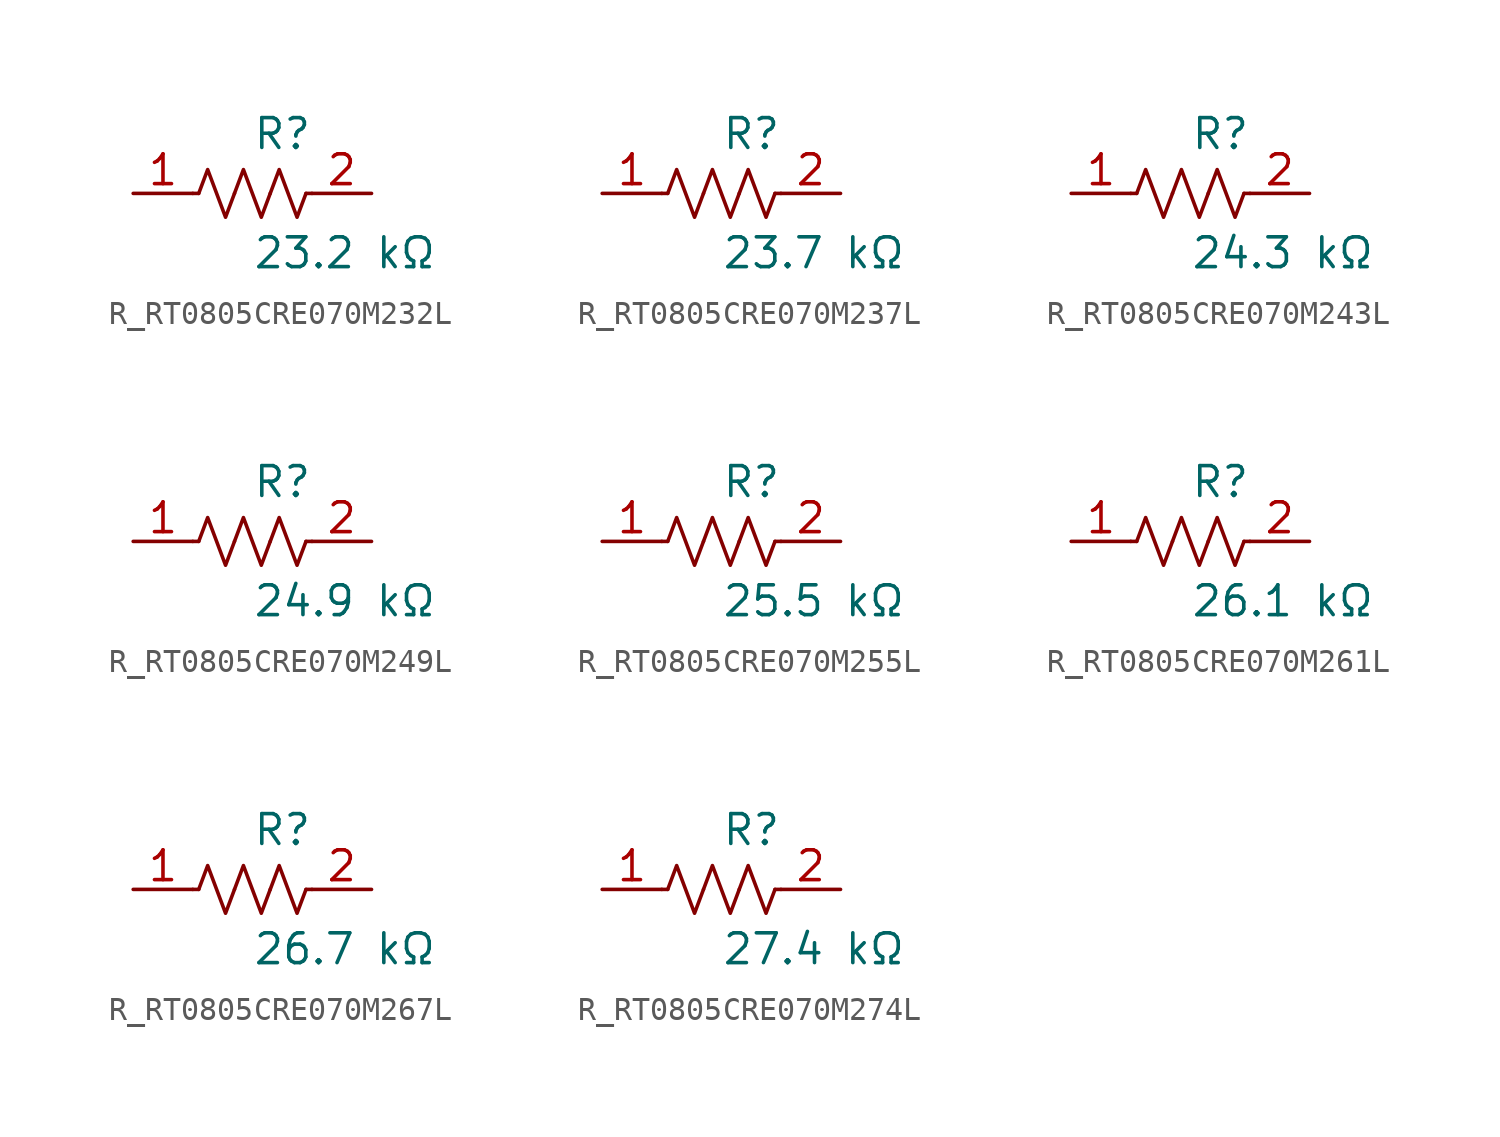
<source format=kicad_sym>
(kicad_symbol_lib
  (version 20231120)
  (generator kicad_symbol_editor)
  (generator_version 8.0)
  (symbol "R_RT0805CRE070M232L"
    (pin_names
      (offset 0.254))
    (property "Reference" "R"
      (at 0.0 2.54 0)
      (effects (font (size 1.27 1.27)) (justify left)))
    (property "Value" "23.2 kΩ"
      (at 0.0 -2.54 0)
      (effects (font (size 1.27 1.27)) (justify left)))
    (symbol "R_RT0805CRE070M232L_0_1"
      (polyline (pts (xy 2.286 0) (xy 2.54 0)) (stroke (width 0) (type default)) (fill (type none)))
      (polyline (pts (xy -2.286 0) (xy -2.54 0)) (stroke (width 0) (type default)) (fill (type none)))
      (polyline (pts (xy 0.762 0) (xy 1.143 1.016) (xy 1.524 0) (xy 1.905 -1.016) (xy 2.286 0)) (stroke (width 0) (type default)) (fill (type none)))
      (polyline (pts (xy -0.762 0) (xy -0.381 1.016) (xy 0 0) (xy 0.381 -1.016) (xy 0.762 0)) (stroke (width 0) (type default)) (fill (type none)))
      (polyline (pts (xy -2.286 0) (xy -1.905 1.016) (xy -1.524 0) (xy -1.143 -1.016) (xy -0.762 0)) (stroke (width 0) (type default)) (fill (type none))))
    (pin unspecified line
      (at -5.08 0 0)
      (length 2.54)
      (name "" (effects (font (size 1.27 1.27))))
      (number "1" (effects (font (size 1.27 1.27)))))
    (pin unspecified line
      (at 5.08 0 180)
      (length 2.54)
      (name "" (effects (font (size 1.27 1.27))))
      (number "2" (effects (font (size 1.27 1.27))))))
  (symbol "R_RT0805CRE070M237L"
    (pin_names
      (offset 0.254))
    (property "Reference" "R"
      (at 0.0 2.54 0)
      (effects (font (size 1.27 1.27)) (justify left)))
    (property "Value" "23.7 kΩ"
      (at 0.0 -2.54 0)
      (effects (font (size 1.27 1.27)) (justify left)))
    (symbol "R_RT0805CRE070M237L_0_1"
      (polyline (pts (xy 2.286 0) (xy 2.54 0)) (stroke (width 0) (type default)) (fill (type none)))
      (polyline (pts (xy -2.286 0) (xy -2.54 0)) (stroke (width 0) (type default)) (fill (type none)))
      (polyline (pts (xy 0.762 0) (xy 1.143 1.016) (xy 1.524 0) (xy 1.905 -1.016) (xy 2.286 0)) (stroke (width 0) (type default)) (fill (type none)))
      (polyline (pts (xy -0.762 0) (xy -0.381 1.016) (xy 0 0) (xy 0.381 -1.016) (xy 0.762 0)) (stroke (width 0) (type default)) (fill (type none)))
      (polyline (pts (xy -2.286 0) (xy -1.905 1.016) (xy -1.524 0) (xy -1.143 -1.016) (xy -0.762 0)) (stroke (width 0) (type default)) (fill (type none))))
    (pin unspecified line
      (at -5.08 0 0)
      (length 2.54)
      (name "" (effects (font (size 1.27 1.27))))
      (number "1" (effects (font (size 1.27 1.27)))))
    (pin unspecified line
      (at 5.08 0 180)
      (length 2.54)
      (name "" (effects (font (size 1.27 1.27))))
      (number "2" (effects (font (size 1.27 1.27))))))
  (symbol "R_RT0805CRE070M243L"
    (pin_names
      (offset 0.254))
    (property "Reference" "R"
      (at 0.0 2.54 0)
      (effects (font (size 1.27 1.27)) (justify left)))
    (property "Value" "24.3 kΩ"
      (at 0.0 -2.54 0)
      (effects (font (size 1.27 1.27)) (justify left)))
    (symbol "R_RT0805CRE070M243L_0_1"
      (polyline (pts (xy 2.286 0) (xy 2.54 0)) (stroke (width 0) (type default)) (fill (type none)))
      (polyline (pts (xy -2.286 0) (xy -2.54 0)) (stroke (width 0) (type default)) (fill (type none)))
      (polyline (pts (xy 0.762 0) (xy 1.143 1.016) (xy 1.524 0) (xy 1.905 -1.016) (xy 2.286 0)) (stroke (width 0) (type default)) (fill (type none)))
      (polyline (pts (xy -0.762 0) (xy -0.381 1.016) (xy 0 0) (xy 0.381 -1.016) (xy 0.762 0)) (stroke (width 0) (type default)) (fill (type none)))
      (polyline (pts (xy -2.286 0) (xy -1.905 1.016) (xy -1.524 0) (xy -1.143 -1.016) (xy -0.762 0)) (stroke (width 0) (type default)) (fill (type none))))
    (pin unspecified line
      (at -5.08 0 0)
      (length 2.54)
      (name "" (effects (font (size 1.27 1.27))))
      (number "1" (effects (font (size 1.27 1.27)))))
    (pin unspecified line
      (at 5.08 0 180)
      (length 2.54)
      (name "" (effects (font (size 1.27 1.27))))
      (number "2" (effects (font (size 1.27 1.27))))))
  (symbol "R_RT0805CRE070M249L"
    (pin_names
      (offset 0.254))
    (property "Reference" "R"
      (at 0.0 2.54 0)
      (effects (font (size 1.27 1.27)) (justify left)))
    (property "Value" "24.9 kΩ"
      (at 0.0 -2.54 0)
      (effects (font (size 1.27 1.27)) (justify left)))
    (symbol "R_RT0805CRE070M249L_0_1"
      (polyline (pts (xy 2.286 0) (xy 2.54 0)) (stroke (width 0) (type default)) (fill (type none)))
      (polyline (pts (xy -2.286 0) (xy -2.54 0)) (stroke (width 0) (type default)) (fill (type none)))
      (polyline (pts (xy 0.762 0) (xy 1.143 1.016) (xy 1.524 0) (xy 1.905 -1.016) (xy 2.286 0)) (stroke (width 0) (type default)) (fill (type none)))
      (polyline (pts (xy -0.762 0) (xy -0.381 1.016) (xy 0 0) (xy 0.381 -1.016) (xy 0.762 0)) (stroke (width 0) (type default)) (fill (type none)))
      (polyline (pts (xy -2.286 0) (xy -1.905 1.016) (xy -1.524 0) (xy -1.143 -1.016) (xy -0.762 0)) (stroke (width 0) (type default)) (fill (type none))))
    (pin unspecified line
      (at -5.08 0 0)
      (length 2.54)
      (name "" (effects (font (size 1.27 1.27))))
      (number "1" (effects (font (size 1.27 1.27)))))
    (pin unspecified line
      (at 5.08 0 180)
      (length 2.54)
      (name "" (effects (font (size 1.27 1.27))))
      (number "2" (effects (font (size 1.27 1.27))))))
  (symbol "R_RT0805CRE070M255L"
    (pin_names
      (offset 0.254))
    (property "Reference" "R"
      (at 0.0 2.54 0)
      (effects (font (size 1.27 1.27)) (justify left)))
    (property "Value" "25.5 kΩ"
      (at 0.0 -2.54 0)
      (effects (font (size 1.27 1.27)) (justify left)))
    (symbol "R_RT0805CRE070M255L_0_1"
      (polyline (pts (xy 2.286 0) (xy 2.54 0)) (stroke (width 0) (type default)) (fill (type none)))
      (polyline (pts (xy -2.286 0) (xy -2.54 0)) (stroke (width 0) (type default)) (fill (type none)))
      (polyline (pts (xy 0.762 0) (xy 1.143 1.016) (xy 1.524 0) (xy 1.905 -1.016) (xy 2.286 0)) (stroke (width 0) (type default)) (fill (type none)))
      (polyline (pts (xy -0.762 0) (xy -0.381 1.016) (xy 0 0) (xy 0.381 -1.016) (xy 0.762 0)) (stroke (width 0) (type default)) (fill (type none)))
      (polyline (pts (xy -2.286 0) (xy -1.905 1.016) (xy -1.524 0) (xy -1.143 -1.016) (xy -0.762 0)) (stroke (width 0) (type default)) (fill (type none))))
    (pin unspecified line
      (at -5.08 0 0)
      (length 2.54)
      (name "" (effects (font (size 1.27 1.27))))
      (number "1" (effects (font (size 1.27 1.27)))))
    (pin unspecified line
      (at 5.08 0 180)
      (length 2.54)
      (name "" (effects (font (size 1.27 1.27))))
      (number "2" (effects (font (size 1.27 1.27))))))
  (symbol "R_RT0805CRE070M261L"
    (pin_names
      (offset 0.254))
    (property "Reference" "R"
      (at 0.0 2.54 0)
      (effects (font (size 1.27 1.27)) (justify left)))
    (property "Value" "26.1 kΩ"
      (at 0.0 -2.54 0)
      (effects (font (size 1.27 1.27)) (justify left)))
    (symbol "R_RT0805CRE070M261L_0_1"
      (polyline (pts (xy 2.286 0) (xy 2.54 0)) (stroke (width 0) (type default)) (fill (type none)))
      (polyline (pts (xy -2.286 0) (xy -2.54 0)) (stroke (width 0) (type default)) (fill (type none)))
      (polyline (pts (xy 0.762 0) (xy 1.143 1.016) (xy 1.524 0) (xy 1.905 -1.016) (xy 2.286 0)) (stroke (width 0) (type default)) (fill (type none)))
      (polyline (pts (xy -0.762 0) (xy -0.381 1.016) (xy 0 0) (xy 0.381 -1.016) (xy 0.762 0)) (stroke (width 0) (type default)) (fill (type none)))
      (polyline (pts (xy -2.286 0) (xy -1.905 1.016) (xy -1.524 0) (xy -1.143 -1.016) (xy -0.762 0)) (stroke (width 0) (type default)) (fill (type none))))
    (pin unspecified line
      (at -5.08 0 0)
      (length 2.54)
      (name "" (effects (font (size 1.27 1.27))))
      (number "1" (effects (font (size 1.27 1.27)))))
    (pin unspecified line
      (at 5.08 0 180)
      (length 2.54)
      (name "" (effects (font (size 1.27 1.27))))
      (number "2" (effects (font (size 1.27 1.27))))))
  (symbol "R_RT0805CRE070M267L"
    (pin_names
      (offset 0.254))
    (property "Reference" "R"
      (at 0.0 2.54 0)
      (effects (font (size 1.27 1.27)) (justify left)))
    (property "Value" "26.7 kΩ"
      (at 0.0 -2.54 0)
      (effects (font (size 1.27 1.27)) (justify left)))
    (symbol "R_RT0805CRE070M267L_0_1"
      (polyline (pts (xy 2.286 0) (xy 2.54 0)) (stroke (width 0) (type default)) (fill (type none)))
      (polyline (pts (xy -2.286 0) (xy -2.54 0)) (stroke (width 0) (type default)) (fill (type none)))
      (polyline (pts (xy 0.762 0) (xy 1.143 1.016) (xy 1.524 0) (xy 1.905 -1.016) (xy 2.286 0)) (stroke (width 0) (type default)) (fill (type none)))
      (polyline (pts (xy -0.762 0) (xy -0.381 1.016) (xy 0 0) (xy 0.381 -1.016) (xy 0.762 0)) (stroke (width 0) (type default)) (fill (type none)))
      (polyline (pts (xy -2.286 0) (xy -1.905 1.016) (xy -1.524 0) (xy -1.143 -1.016) (xy -0.762 0)) (stroke (width 0) (type default)) (fill (type none))))
    (pin unspecified line
      (at -5.08 0 0)
      (length 2.54)
      (name "" (effects (font (size 1.27 1.27))))
      (number "1" (effects (font (size 1.27 1.27)))))
    (pin unspecified line
      (at 5.08 0 180)
      (length 2.54)
      (name "" (effects (font (size 1.27 1.27))))
      (number "2" (effects (font (size 1.27 1.27))))))
  (symbol "R_RT0805CRE070M274L"
    (pin_names
      (offset 0.254))
    (property "Reference" "R"
      (at 0.0 2.54 0)
      (effects (font (size 1.27 1.27)) (justify left)))
    (property "Value" "27.4 kΩ"
      (at 0.0 -2.54 0)
      (effects (font (size 1.27 1.27)) (justify left)))
    (symbol "R_RT0805CRE070M274L_0_1"
      (polyline (pts (xy 2.286 0) (xy 2.54 0)) (stroke (width 0) (type default)) (fill (type none)))
      (polyline (pts (xy -2.286 0) (xy -2.54 0)) (stroke (width 0) (type default)) (fill (type none)))
      (polyline (pts (xy 0.762 0) (xy 1.143 1.016) (xy 1.524 0) (xy 1.905 -1.016) (xy 2.286 0)) (stroke (width 0) (type default)) (fill (type none)))
      (polyline (pts (xy -0.762 0) (xy -0.381 1.016) (xy 0 0) (xy 0.381 -1.016) (xy 0.762 0)) (stroke (width 0) (type default)) (fill (type none)))
      (polyline (pts (xy -2.286 0) (xy -1.905 1.016) (xy -1.524 0) (xy -1.143 -1.016) (xy -0.762 0)) (stroke (width 0) (type default)) (fill (type none))))
    (pin unspecified line
      (at -5.08 0 0)
      (length 2.54)
      (name "" (effects (font (size 1.27 1.27))))
      (number "1" (effects (font (size 1.27 1.27)))))
    (pin unspecified line
      (at 5.08 0 180)
      (length 2.54)
      (name "" (effects (font (size 1.27 1.27))))
      (number "2" (effects (font (size 1.27 1.27)))))))
</source>
